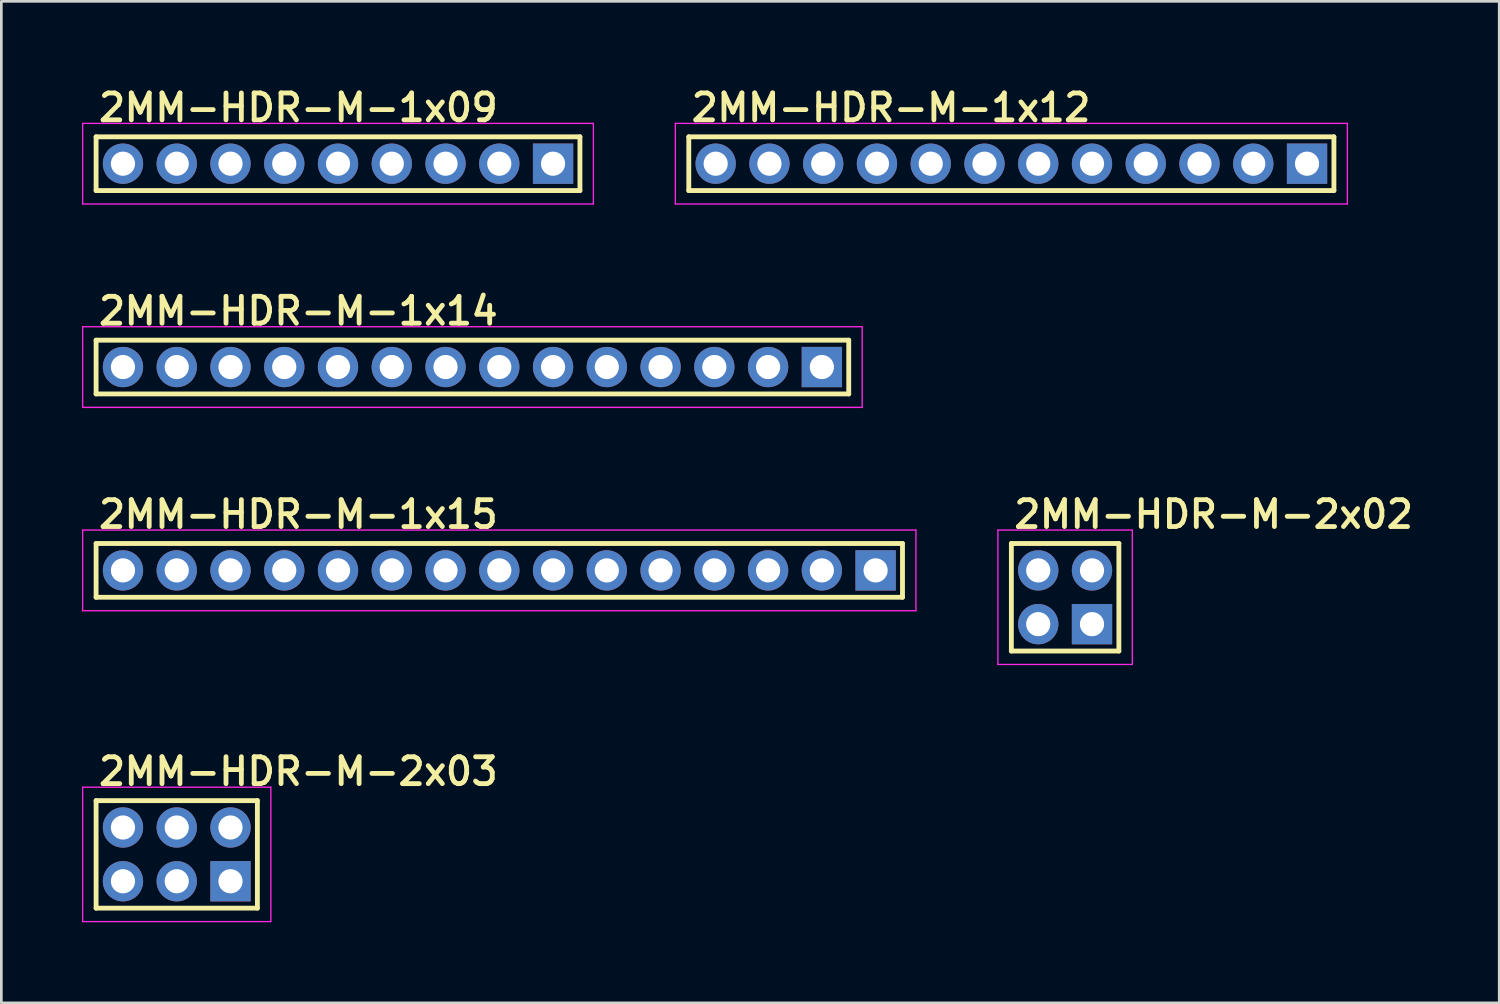
<source format=kicad_pcb>
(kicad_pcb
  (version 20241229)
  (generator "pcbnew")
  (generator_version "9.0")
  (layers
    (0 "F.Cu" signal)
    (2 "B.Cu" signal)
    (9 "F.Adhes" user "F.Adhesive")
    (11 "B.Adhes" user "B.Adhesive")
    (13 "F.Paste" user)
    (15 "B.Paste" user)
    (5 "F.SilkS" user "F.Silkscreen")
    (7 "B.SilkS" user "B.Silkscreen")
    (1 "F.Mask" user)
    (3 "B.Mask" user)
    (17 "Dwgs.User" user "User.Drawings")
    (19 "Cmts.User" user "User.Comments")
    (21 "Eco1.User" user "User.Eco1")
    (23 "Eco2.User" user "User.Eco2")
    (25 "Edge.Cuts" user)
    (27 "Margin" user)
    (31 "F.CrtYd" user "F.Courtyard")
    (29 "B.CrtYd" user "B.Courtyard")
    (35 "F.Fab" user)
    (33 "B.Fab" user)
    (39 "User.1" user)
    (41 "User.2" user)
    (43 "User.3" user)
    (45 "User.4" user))
  (footprint "2MM-HDR-M-1x09"
    (layer "F.Cu")
    (at 9.525 3.04)
    (property "Reference" "2MM-HDR-M-1x09" (at -9 -1.5 0) (layer "F.SilkS") (effects (font (size 1 1) (thickness 0.18)) (justify left bottom)))
    (attr through_hole)
    (fp_line (start -9 -1) (end 9 -1) (stroke (width 0.18) (type solid)) (layer "F.SilkS"))
    (fp_line (start -9 1) (end -9 -1) (stroke (width 0.18) (type solid)) (layer "F.SilkS"))
    (fp_line (start 9 -1) (end 9 1) (stroke (width 0.18) (type solid)) (layer "F.SilkS"))
    (fp_line (start 9 1) (end -9 1) (stroke (width 0.18) (type solid)) (layer "F.SilkS"))
    (fp_line (start -9.5 -1.5) (end 9.5 -1.5) (stroke (width 0.05) (type solid)) (layer "F.CrtYd"))
    (fp_line (start -9.5 1.5) (end -9.5 -1.5) (stroke (width 0.05) (type solid)) (layer "F.CrtYd"))
    (fp_line (start 9.5 -1.5) (end 9.5 1.5) (stroke (width 0.05) (type solid)) (layer "F.CrtYd"))
    (fp_line (start 9.5 1.5) (end -9.5 1.5) (stroke (width 0.05) (type solid)) (layer "F.CrtYd"))
    (pad "1" thru_hole rect (at 8 0) (size 1.5 1.5) (drill 0.9) (layers "*.Cu" "*.Mask"))
    (pad "2" thru_hole circle (at 6 0 90) (size 1.5 1.5) (drill 0.9) (layers "*.Cu" "*.Mask"))
    (pad "3" thru_hole circle (at 4 0 90) (size 1.5 1.5) (drill 0.9) (layers "*.Cu" "*.Mask"))
    (pad "4" thru_hole circle (at 2 0 90) (size 1.5 1.5) (drill 0.9) (layers "*.Cu" "*.Mask"))
    (pad "5" thru_hole circle (at 0 0 90) (size 1.5 1.5) (drill 0.9) (layers "*.Cu" "*.Mask"))
    (pad "6" thru_hole circle (at -2 0 90) (size 1.5 1.5) (drill 0.9) (layers "*.Cu" "*.Mask"))
    (pad "7" thru_hole circle (at -4 0 90) (size 1.5 1.5) (drill 0.9) (layers "*.Cu" "*.Mask"))
    (pad "8" thru_hole circle (at -6 0 90) (size 1.5 1.5) (drill 0.9) (layers "*.Cu" "*.Mask"))
    (pad "9" thru_hole circle (at -8 0 90) (size 1.5 1.5) (drill 0.9) (layers "*.Cu" "*.Mask")))
  (footprint "2MM-HDR-M-2x02"
    (layer "F.Cu")
    (at 36.575 19.17)
    (property "Reference" "2MM-HDR-M-2x02" (at -2 -2.5 0) (layer "F.SilkS") (effects (font (size 1 1) (thickness 0.18)) (justify left bottom)))
    (attr through_hole)
    (fp_line (start -2 -2) (end 2 -2) (stroke (width 0.18) (type solid)) (layer "F.SilkS"))
    (fp_line (start -2 2) (end -2 -2) (stroke (width 0.18) (type solid)) (layer "F.SilkS"))
    (fp_line (start 2 -2) (end 2 2) (stroke (width 0.18) (type solid)) (layer "F.SilkS"))
    (fp_line (start 2 2) (end -2 2) (stroke (width 0.18) (type solid)) (layer "F.SilkS"))
    (fp_line (start -2.5 -2.5) (end 2.5 -2.5) (stroke (width 0.05) (type solid)) (layer "F.CrtYd"))
    (fp_line (start -2.5 2.5) (end -2.5 -2.5) (stroke (width 0.05) (type solid)) (layer "F.CrtYd"))
    (fp_line (start 2.5 -2.5) (end 2.5 2.5) (stroke (width 0.05) (type solid)) (layer "F.CrtYd"))
    (fp_line (start 2.5 2.5) (end -2.5 2.5) (stroke (width 0.05) (type solid)) (layer "F.CrtYd"))
    (pad "1" thru_hole rect (at 1 1) (size 1.5 1.5) (drill 0.9) (layers "*.Cu" "*.Mask"))
    (pad "2" thru_hole circle (at 1 -1) (size 1.5 1.5) (drill 0.9) (layers "*.Cu" "*.Mask"))
    (pad "3" thru_hole circle (at -1 1) (size 1.5 1.5) (drill 0.9) (layers "*.Cu" "*.Mask"))
    (pad "4" thru_hole circle (at -1 -1) (size 1.5 1.5) (drill 0.9) (layers "*.Cu" "*.Mask")))
  (footprint "2MM-HDR-M-1x14"
    (layer "F.Cu")
    (at 14.525 10.605)
    (property "Reference" "2MM-HDR-M-1x14" (at -14 -1.5 0) (layer "F.SilkS") (effects (font (size 1 1) (thickness 0.18)) (justify left bottom)))
    (attr through_hole)
    (fp_line (start -14 -1) (end 14 -1) (stroke (width 0.18) (type solid)) (layer "F.SilkS"))
    (fp_line (start -14 1) (end -14 -1) (stroke (width 0.18) (type solid)) (layer "F.SilkS"))
    (fp_line (start 14 -1) (end 14 1) (stroke (width 0.18) (type solid)) (layer "F.SilkS"))
    (fp_line (start 14 1) (end -14 1) (stroke (width 0.18) (type solid)) (layer "F.SilkS"))
    (fp_line (start -14.5 -1.5) (end 14.5 -1.5) (stroke (width 0.05) (type solid)) (layer "F.CrtYd"))
    (fp_line (start -14.5 1.5) (end -14.5 -1.5) (stroke (width 0.05) (type solid)) (layer "F.CrtYd"))
    (fp_line (start 14.5 -1.5) (end 14.5 1.5) (stroke (width 0.05) (type solid)) (layer "F.CrtYd"))
    (fp_line (start 14.5 1.5) (end -14.5 1.5) (stroke (width 0.05) (type solid)) (layer "F.CrtYd"))
    (pad "1" thru_hole rect (at 13 0) (size 1.5 1.5) (drill 0.9) (layers "*.Cu" "*.Mask"))
    (pad "2" thru_hole circle (at 11 0 90) (size 1.5 1.5) (drill 0.9) (layers "*.Cu" "*.Mask"))
    (pad "3" thru_hole circle (at 9 0 90) (size 1.5 1.5) (drill 0.9) (layers "*.Cu" "*.Mask"))
    (pad "4" thru_hole circle (at 7 0 90) (size 1.5 1.5) (drill 0.9) (layers "*.Cu" "*.Mask"))
    (pad "5" thru_hole circle (at 5 0 90) (size 1.5 1.5) (drill 0.9) (layers "*.Cu" "*.Mask"))
    (pad "6" thru_hole circle (at 3 0 90) (size 1.5 1.5) (drill 0.9) (layers "*.Cu" "*.Mask"))
    (pad "7" thru_hole circle (at 1 0 90) (size 1.5 1.5) (drill 0.9) (layers "*.Cu" "*.Mask"))
    (pad "8" thru_hole circle (at -1 0 90) (size 1.5 1.5) (drill 0.9) (layers "*.Cu" "*.Mask"))
    (pad "9" thru_hole circle (at -3 0 90) (size 1.5 1.5) (drill 0.9) (layers "*.Cu" "*.Mask"))
    (pad "10" thru_hole circle (at -5 0 90) (size 1.5 1.5) (drill 0.9) (layers "*.Cu" "*.Mask"))
    (pad "11" thru_hole circle (at -7 0 90) (size 1.5 1.5) (drill 0.9) (layers "*.Cu" "*.Mask"))
    (pad "12" thru_hole circle (at -9 0 90) (size 1.5 1.5) (drill 0.9) (layers "*.Cu" "*.Mask"))
    (pad "13" thru_hole circle (at -11 0 90) (size 1.5 1.5) (drill 0.9) (layers "*.Cu" "*.Mask"))
    (pad "14" thru_hole circle (at -13 0 90) (size 1.5 1.5) (drill 0.9) (layers "*.Cu" "*.Mask")))
  (footprint "2MM-HDR-M-1x15"
    (layer "F.Cu")
    (at 15.525 18.17)
    (property "Reference" "2MM-HDR-M-1x15" (at -15 -1.5 0) (layer "F.SilkS") (effects (font (size 1 1) (thickness 0.18)) (justify left bottom)))
    (attr through_hole)
    (fp_line (start -15 -1) (end 15 -1) (stroke (width 0.18) (type solid)) (layer "F.SilkS"))
    (fp_line (start -15 1) (end -15 -1) (stroke (width 0.18) (type solid)) (layer "F.SilkS"))
    (fp_line (start 15 -1) (end 15 1) (stroke (width 0.18) (type solid)) (layer "F.SilkS"))
    (fp_line (start 15 1) (end -15 1) (stroke (width 0.18) (type solid)) (layer "F.SilkS"))
    (fp_line (start -15.5 -1.5) (end 15.5 -1.5) (stroke (width 0.05) (type solid)) (layer "F.CrtYd"))
    (fp_line (start -15.5 1.5) (end -15.5 -1.5) (stroke (width 0.05) (type solid)) (layer "F.CrtYd"))
    (fp_line (start 15.5 -1.5) (end 15.5 1.5) (stroke (width 0.05) (type solid)) (layer "F.CrtYd"))
    (fp_line (start 15.5 1.5) (end -15.5 1.5) (stroke (width 0.05) (type solid)) (layer "F.CrtYd"))
    (pad "1" thru_hole rect (at 14 0) (size 1.5 1.5) (drill 0.9) (layers "*.Cu" "*.Mask"))
    (pad "2" thru_hole circle (at 12 0 90) (size 1.5 1.5) (drill 0.9) (layers "*.Cu" "*.Mask"))
    (pad "3" thru_hole circle (at 10 0 90) (size 1.5 1.5) (drill 0.9) (layers "*.Cu" "*.Mask"))
    (pad "4" thru_hole circle (at 8 0 90) (size 1.5 1.5) (drill 0.9) (layers "*.Cu" "*.Mask"))
    (pad "5" thru_hole circle (at 6 0 90) (size 1.5 1.5) (drill 0.9) (layers "*.Cu" "*.Mask"))
    (pad "6" thru_hole circle (at 4 0 90) (size 1.5 1.5) (drill 0.9) (layers "*.Cu" "*.Mask"))
    (pad "7" thru_hole circle (at 2 0 90) (size 1.5 1.5) (drill 0.9) (layers "*.Cu" "*.Mask"))
    (pad "8" thru_hole circle (at 0 0 90) (size 1.5 1.5) (drill 0.9) (layers "*.Cu" "*.Mask"))
    (pad "9" thru_hole circle (at -2 0 90) (size 1.5 1.5) (drill 0.9) (layers "*.Cu" "*.Mask"))
    (pad "10" thru_hole circle (at -4 0 90) (size 1.5 1.5) (drill 0.9) (layers "*.Cu" "*.Mask"))
    (pad "11" thru_hole circle (at -6 0 90) (size 1.5 1.5) (drill 0.9) (layers "*.Cu" "*.Mask"))
    (pad "12" thru_hole circle (at -8 0 90) (size 1.5 1.5) (drill 0.9) (layers "*.Cu" "*.Mask"))
    (pad "13" thru_hole circle (at -10 0 90) (size 1.5 1.5) (drill 0.9) (layers "*.Cu" "*.Mask"))
    (pad "14" thru_hole circle (at -12 0 90) (size 1.5 1.5) (drill 0.9) (layers "*.Cu" "*.Mask"))
    (pad "15" thru_hole circle (at -14 0 90) (size 1.5 1.5) (drill 0.9) (layers "*.Cu" "*.Mask")))
  (footprint "2MM-HDR-M-2x03"
    (layer "F.Cu")
    (at 3.525 28.735)
    (property "Reference" "2MM-HDR-M-2x03" (at -3 -2.5 0) (layer "F.SilkS") (effects (font (size 1 1) (thickness 0.18)) (justify left bottom)))
    (attr through_hole)
    (fp_line (start -3 -2) (end 3 -2) (stroke (width 0.18) (type solid)) (layer "F.SilkS"))
    (fp_line (start -3 2) (end -3 -2) (stroke (width 0.18) (type solid)) (layer "F.SilkS"))
    (fp_line (start 3 -2) (end 3 2) (stroke (width 0.18) (type solid)) (layer "F.SilkS"))
    (fp_line (start 3 2) (end -3 2) (stroke (width 0.18) (type solid)) (layer "F.SilkS"))
    (fp_line (start -3.5 -2.5) (end 3.5 -2.5) (stroke (width 0.05) (type solid)) (layer "F.CrtYd"))
    (fp_line (start -3.5 2.5) (end -3.5 -2.5) (stroke (width 0.05) (type solid)) (layer "F.CrtYd"))
    (fp_line (start 3.5 -2.5) (end 3.5 2.5) (stroke (width 0.05) (type solid)) (layer "F.CrtYd"))
    (fp_line (start 3.5 2.5) (end -3.5 2.5) (stroke (width 0.05) (type solid)) (layer "F.CrtYd"))
    (pad "1" thru_hole rect (at 2 1) (size 1.5 1.5) (drill 0.9) (layers "*.Cu" "*.Mask"))
    (pad "2" thru_hole circle (at 2 -1) (size 1.5 1.5) (drill 0.9) (layers "*.Cu" "*.Mask"))
    (pad "3" thru_hole circle (at 0 1) (size 1.5 1.5) (drill 0.9) (layers "*.Cu" "*.Mask"))
    (pad "4" thru_hole circle (at 0 -1) (size 1.5 1.5) (drill 0.9) (layers "*.Cu" "*.Mask"))
    (pad "5" thru_hole circle (at -2 1) (size 1.5 1.5) (drill 0.9) (layers "*.Cu" "*.Mask"))
    (pad "6" thru_hole circle (at -2 -1) (size 1.5 1.5) (drill 0.9) (layers "*.Cu" "*.Mask")))
  (footprint "2MM-HDR-M-1x12"
    (layer "F.Cu")
    (at 34.575 3.04)
    (property "Reference" "2MM-HDR-M-1x12" (at -12 -1.5 0) (layer "F.SilkS") (effects (font (size 1 1) (thickness 0.18)) (justify left bottom)))
    (attr through_hole)
    (fp_line (start -12 -1) (end 12 -1) (stroke (width 0.18) (type solid)) (layer "F.SilkS"))
    (fp_line (start -12 1) (end -12 -1) (stroke (width 0.18) (type solid)) (layer "F.SilkS"))
    (fp_line (start 12 -1) (end 12 1) (stroke (width 0.18) (type solid)) (layer "F.SilkS"))
    (fp_line (start 12 1) (end -12 1) (stroke (width 0.18) (type solid)) (layer "F.SilkS"))
    (fp_line (start -12.5 -1.5) (end 12.5 -1.5) (stroke (width 0.05) (type solid)) (layer "F.CrtYd"))
    (fp_line (start -12.5 1.5) (end -12.5 -1.5) (stroke (width 0.05) (type solid)) (layer "F.CrtYd"))
    (fp_line (start 12.5 -1.5) (end 12.5 1.5) (stroke (width 0.05) (type solid)) (layer "F.CrtYd"))
    (fp_line (start 12.5 1.5) (end -12.5 1.5) (stroke (width 0.05) (type solid)) (layer "F.CrtYd"))
    (pad "1" thru_hole rect (at 11 0) (size 1.5 1.5) (drill 0.9) (layers "*.Cu" "*.Mask"))
    (pad "2" thru_hole circle (at 9 0 90) (size 1.5 1.5) (drill 0.9) (layers "*.Cu" "*.Mask"))
    (pad "3" thru_hole circle (at 7 0 90) (size 1.5 1.5) (drill 0.9) (layers "*.Cu" "*.Mask"))
    (pad "4" thru_hole circle (at 5 0 90) (size 1.5 1.5) (drill 0.9) (layers "*.Cu" "*.Mask"))
    (pad "5" thru_hole circle (at 3 0 90) (size 1.5 1.5) (drill 0.9) (layers "*.Cu" "*.Mask"))
    (pad "6" thru_hole circle (at 1 0 90) (size 1.5 1.5) (drill 0.9) (layers "*.Cu" "*.Mask"))
    (pad "7" thru_hole circle (at -1 0 90) (size 1.5 1.5) (drill 0.9) (layers "*.Cu" "*.Mask"))
    (pad "8" thru_hole circle (at -3 0 90) (size 1.5 1.5) (drill 0.9) (layers "*.Cu" "*.Mask"))
    (pad "9" thru_hole circle (at -5 0 90) (size 1.5 1.5) (drill 0.9) (layers "*.Cu" "*.Mask"))
    (pad "10" thru_hole circle (at -7 0 90) (size 1.5 1.5) (drill 0.9) (layers "*.Cu" "*.Mask"))
    (pad "11" thru_hole circle (at -9 0 90) (size 1.5 1.5) (drill 0.9) (layers "*.Cu" "*.Mask"))
    (pad "12" thru_hole circle (at -11 0 90) (size 1.5 1.5) (drill 0.9) (layers "*.Cu" "*.Mask")))
  (gr_rect
    (start -3 -3)
    (end 52.725 34.26)
    (stroke (width 0.1) (type default))
    (fill no)
    (layer "Edge.Cuts")))
</source>
